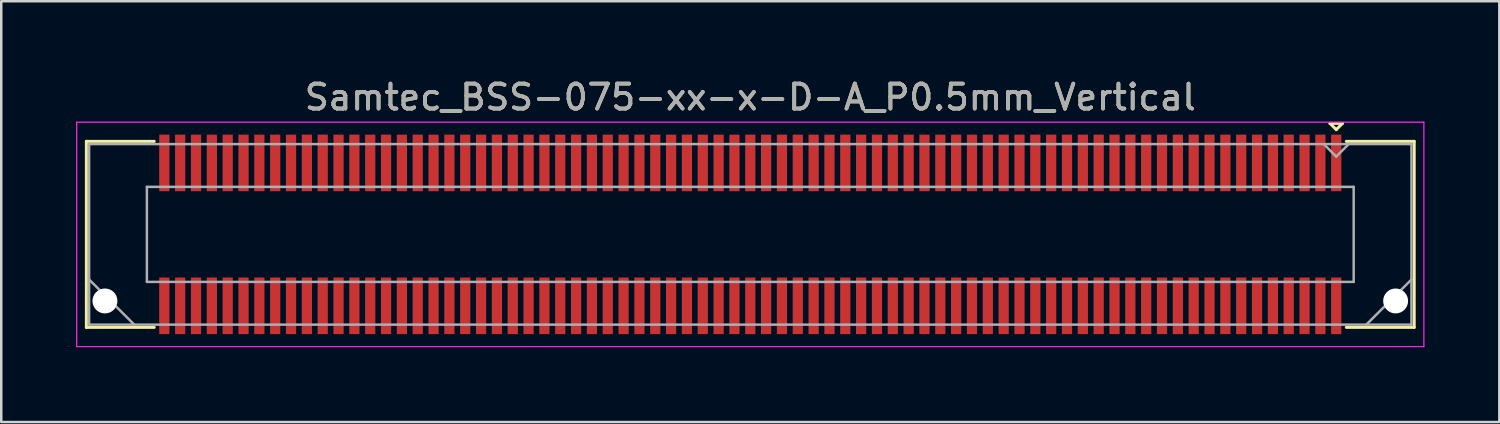
<source format=kicad_pcb>
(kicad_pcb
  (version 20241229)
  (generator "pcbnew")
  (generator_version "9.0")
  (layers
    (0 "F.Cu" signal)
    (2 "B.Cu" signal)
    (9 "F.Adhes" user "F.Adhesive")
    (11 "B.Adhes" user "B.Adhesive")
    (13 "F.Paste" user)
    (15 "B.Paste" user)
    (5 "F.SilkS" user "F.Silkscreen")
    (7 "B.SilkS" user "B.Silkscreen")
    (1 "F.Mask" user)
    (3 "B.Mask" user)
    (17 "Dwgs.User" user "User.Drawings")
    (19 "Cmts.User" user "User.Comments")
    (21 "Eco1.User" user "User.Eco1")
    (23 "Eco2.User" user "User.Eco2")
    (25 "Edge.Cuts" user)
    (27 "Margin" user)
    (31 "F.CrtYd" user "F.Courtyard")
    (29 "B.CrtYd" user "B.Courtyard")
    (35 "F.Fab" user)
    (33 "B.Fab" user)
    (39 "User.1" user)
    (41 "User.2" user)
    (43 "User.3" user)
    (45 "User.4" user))
  (footprint "Samtec_BSS-075-xx-x-D-A_P0.5mm_Vertical"
    (layer "F.Cu")
    (at 27.035 6.348)
    (property "Reference" "Samtec_BSS-075-xx-x-D-A_P0.5mm_Vertical" (at 0 -5.5 0) (layer "F.SilkS") (effects (font (size 1 1) (thickness 0.15))))
    (attr smd)
    (fp_line (start -26.622 -3.73) (end -23.9 -3.73) (stroke (width 0.12) (type solid)) (layer "F.SilkS"))
    (fp_line (start -26.622 3.73) (end -26.622 -3.73) (stroke (width 0.12) (type solid)) (layer "F.SilkS"))
    (fp_line (start -23.9 3.73) (end -26.622 3.73) (stroke (width 0.12) (type solid)) (layer "F.SilkS"))
    (fp_line (start 23.245 -4.45) (end 23.745 -4.45) (stroke (width 0.12) (type solid)) (layer "F.SilkS"))
    (fp_line (start 23.495 -4.2) (end 23.245 -4.45) (stroke (width 0.12) (type solid)) (layer "F.SilkS"))
    (fp_line (start 23.745 -4.45) (end 23.495 -4.2) (stroke (width 0.12) (type solid)) (layer "F.SilkS"))
    (fp_line (start 23.9 3.73) (end 26.622 3.73) (stroke (width 0.12) (type solid)) (layer "F.SilkS"))
    (fp_line (start 26.622 -3.73) (end 23.9 -3.73) (stroke (width 0.12) (type solid)) (layer "F.SilkS"))
    (fp_line (start 26.622 3.73) (end 26.622 -3.73) (stroke (width 0.12) (type solid)) (layer "F.SilkS"))
    (fp_line (start -27.01 -4.5) (end -27.01 4.5) (stroke (width 0.05) (type solid)) (layer "F.CrtYd"))
    (fp_line (start -27.01 4.5) (end 27.01 4.5) (stroke (width 0.05) (type solid)) (layer "F.CrtYd"))
    (fp_line (start 27.01 -4.5) (end -27.01 -4.5) (stroke (width 0.05) (type solid)) (layer "F.CrtYd"))
    (fp_line (start 27.01 4.5) (end 27.01 -4.5) (stroke (width 0.05) (type solid)) (layer "F.CrtYd"))
    (fp_line (start -26.512 -3.62) (end -26.512 3.62) (stroke (width 0.1) (type solid)) (layer "F.Fab"))
    (fp_line (start -26.512 1.81) (end -24.701 3.62) (stroke (width 0.1) (type solid)) (layer "F.Fab"))
    (fp_line (start -26.512 3.62) (end 26.512 3.62) (stroke (width 0.1) (type solid)) (layer "F.Fab"))
    (fp_line (start -24.195 -1.905) (end -24.195 1.905) (stroke (width 0.1) (type solid)) (layer "F.Fab"))
    (fp_line (start -24.195 1.905) (end 24.195 1.905) (stroke (width 0.1) (type solid)) (layer "F.Fab"))
    (fp_line (start 23.495 -3.12) (end 22.995 -3.62) (stroke (width 0.1) (type solid)) (layer "F.Fab"))
    (fp_line (start 23.995 -3.62) (end 23.495 -3.12) (stroke (width 0.1) (type solid)) (layer "F.Fab"))
    (fp_line (start 24.195 -1.905) (end -24.195 -1.905) (stroke (width 0.1) (type solid)) (layer "F.Fab"))
    (fp_line (start 24.195 1.905) (end 24.195 -1.905) (stroke (width 0.1) (type solid)) (layer "F.Fab"))
    (fp_line (start 26.512 -3.62) (end -26.512 -3.62) (stroke (width 0.1) (type solid)) (layer "F.Fab"))
    (fp_line (start 26.512 1.81) (end 24.701 3.62) (stroke (width 0.1) (type solid)) (layer "F.Fab"))
    (fp_line (start 26.512 3.62) (end 26.512 -3.62) (stroke (width 0.1) (type solid)) (layer "F.Fab"))
    (fp_text user "${REFERENCE}" (at 0 -5.5 0) (layer "F.Fab") (effects (font (size 1 1) (thickness 0.15))))
    (pad "" np_thru_hole circle (at -25.877 2.67) (size 1 1) (drill 1) (layers "*.Cu" "*.Mask"))
    (pad "" np_thru_hole circle (at 25.877 2.67) (size 1 1) (drill 1) (layers "*.Cu" "*.Mask"))
    (pad "1" smd rect (at 23.495 -2.865) (size 0.41 2.27) (layers "F.Cu" "F.Mask" "F.Paste"))
    (pad "2" smd rect (at 23.495 2.865) (size 0.41 2.27) (layers "F.Cu" "F.Mask" "F.Paste"))
    (pad "3" smd rect (at 22.86 -2.865) (size 0.41 2.27) (layers "F.Cu" "F.Mask" "F.Paste"))
    (pad "4" smd rect (at 22.86 2.865) (size 0.41 2.27) (layers "F.Cu" "F.Mask" "F.Paste"))
    (pad "5" smd rect (at 22.225 -2.865) (size 0.41 2.27) (layers "F.Cu" "F.Mask" "F.Paste"))
    (pad "6" smd rect (at 22.225 2.865) (size 0.41 2.27) (layers "F.Cu" "F.Mask" "F.Paste"))
    (pad "7" smd rect (at 21.59 -2.865) (size 0.41 2.27) (layers "F.Cu" "F.Mask" "F.Paste"))
    (pad "8" smd rect (at 21.59 2.865) (size 0.41 2.27) (layers "F.Cu" "F.Mask" "F.Paste"))
    (pad "9" smd rect (at 20.955 -2.865) (size 0.41 2.27) (layers "F.Cu" "F.Mask" "F.Paste"))
    (pad "10" smd rect (at 20.955 2.865) (size 0.41 2.27) (layers "F.Cu" "F.Mask" "F.Paste"))
    (pad "11" smd rect (at 20.32 -2.865) (size 0.41 2.27) (layers "F.Cu" "F.Mask" "F.Paste"))
    (pad "12" smd rect (at 20.32 2.865) (size 0.41 2.27) (layers "F.Cu" "F.Mask" "F.Paste"))
    (pad "13" smd rect (at 19.685 -2.865) (size 0.41 2.27) (layers "F.Cu" "F.Mask" "F.Paste"))
    (pad "14" smd rect (at 19.685 2.865) (size 0.41 2.27) (layers "F.Cu" "F.Mask" "F.Paste"))
    (pad "15" smd rect (at 19.05 -2.865) (size 0.41 2.27) (layers "F.Cu" "F.Mask" "F.Paste"))
    (pad "16" smd rect (at 19.05 2.865) (size 0.41 2.27) (layers "F.Cu" "F.Mask" "F.Paste"))
    (pad "17" smd rect (at 18.415 -2.865) (size 0.41 2.27) (layers "F.Cu" "F.Mask" "F.Paste"))
    (pad "18" smd rect (at 18.415 2.865) (size 0.41 2.27) (layers "F.Cu" "F.Mask" "F.Paste"))
    (pad "19" smd rect (at 17.78 -2.865) (size 0.41 2.27) (layers "F.Cu" "F.Mask" "F.Paste"))
    (pad "20" smd rect (at 17.78 2.865) (size 0.41 2.27) (layers "F.Cu" "F.Mask" "F.Paste"))
    (pad "21" smd rect (at 17.145 -2.865) (size 0.41 2.27) (layers "F.Cu" "F.Mask" "F.Paste"))
    (pad "22" smd rect (at 17.145 2.865) (size 0.41 2.27) (layers "F.Cu" "F.Mask" "F.Paste"))
    (pad "23" smd rect (at 16.51 -2.865) (size 0.41 2.27) (layers "F.Cu" "F.Mask" "F.Paste"))
    (pad "24" smd rect (at 16.51 2.865) (size 0.41 2.27) (layers "F.Cu" "F.Mask" "F.Paste"))
    (pad "25" smd rect (at 15.875 -2.865) (size 0.41 2.27) (layers "F.Cu" "F.Mask" "F.Paste"))
    (pad "26" smd rect (at 15.875 2.865) (size 0.41 2.27) (layers "F.Cu" "F.Mask" "F.Paste"))
    (pad "27" smd rect (at 15.24 -2.865) (size 0.41 2.27) (layers "F.Cu" "F.Mask" "F.Paste"))
    (pad "28" smd rect (at 15.24 2.865) (size 0.41 2.27) (layers "F.Cu" "F.Mask" "F.Paste"))
    (pad "29" smd rect (at 14.605 -2.865) (size 0.41 2.27) (layers "F.Cu" "F.Mask" "F.Paste"))
    (pad "30" smd rect (at 14.605 2.865) (size 0.41 2.27) (layers "F.Cu" "F.Mask" "F.Paste"))
    (pad "31" smd rect (at 13.97 -2.865) (size 0.41 2.27) (layers "F.Cu" "F.Mask" "F.Paste"))
    (pad "32" smd rect (at 13.97 2.865) (size 0.41 2.27) (layers "F.Cu" "F.Mask" "F.Paste"))
    (pad "33" smd rect (at 13.335 -2.865) (size 0.41 2.27) (layers "F.Cu" "F.Mask" "F.Paste"))
    (pad "34" smd rect (at 13.335 2.865) (size 0.41 2.27) (layers "F.Cu" "F.Mask" "F.Paste"))
    (pad "35" smd rect (at 12.7 -2.865) (size 0.41 2.27) (layers "F.Cu" "F.Mask" "F.Paste"))
    (pad "36" smd rect (at 12.7 2.865) (size 0.41 2.27) (layers "F.Cu" "F.Mask" "F.Paste"))
    (pad "37" smd rect (at 12.065 -2.865) (size 0.41 2.27) (layers "F.Cu" "F.Mask" "F.Paste"))
    (pad "38" smd rect (at 12.065 2.865) (size 0.41 2.27) (layers "F.Cu" "F.Mask" "F.Paste"))
    (pad "39" smd rect (at 11.43 -2.865) (size 0.41 2.27) (layers "F.Cu" "F.Mask" "F.Paste"))
    (pad "40" smd rect (at 11.43 2.865) (size 0.41 2.27) (layers "F.Cu" "F.Mask" "F.Paste"))
    (pad "41" smd rect (at 10.795 -2.865) (size 0.41 2.27) (layers "F.Cu" "F.Mask" "F.Paste"))
    (pad "42" smd rect (at 10.795 2.865) (size 0.41 2.27) (layers "F.Cu" "F.Mask" "F.Paste"))
    (pad "43" smd rect (at 10.16 -2.865) (size 0.41 2.27) (layers "F.Cu" "F.Mask" "F.Paste"))
    (pad "44" smd rect (at 10.16 2.865) (size 0.41 2.27) (layers "F.Cu" "F.Mask" "F.Paste"))
    (pad "45" smd rect (at 9.525 -2.865) (size 0.41 2.27) (layers "F.Cu" "F.Mask" "F.Paste"))
    (pad "46" smd rect (at 9.525 2.865) (size 0.41 2.27) (layers "F.Cu" "F.Mask" "F.Paste"))
    (pad "47" smd rect (at 8.89 -2.865) (size 0.41 2.27) (layers "F.Cu" "F.Mask" "F.Paste"))
    (pad "48" smd rect (at 8.89 2.865) (size 0.41 2.27) (layers "F.Cu" "F.Mask" "F.Paste"))
    (pad "49" smd rect (at 8.255 -2.865) (size 0.41 2.27) (layers "F.Cu" "F.Mask" "F.Paste"))
    (pad "50" smd rect (at 8.255 2.865) (size 0.41 2.27) (layers "F.Cu" "F.Mask" "F.Paste"))
    (pad "51" smd rect (at 7.62 -2.865) (size 0.41 2.27) (layers "F.Cu" "F.Mask" "F.Paste"))
    (pad "52" smd rect (at 7.62 2.865) (size 0.41 2.27) (layers "F.Cu" "F.Mask" "F.Paste"))
    (pad "53" smd rect (at 6.985 -2.865) (size 0.41 2.27) (layers "F.Cu" "F.Mask" "F.Paste"))
    (pad "54" smd rect (at 6.985 2.865) (size 0.41 2.27) (layers "F.Cu" "F.Mask" "F.Paste"))
    (pad "55" smd rect (at 6.35 -2.865) (size 0.41 2.27) (layers "F.Cu" "F.Mask" "F.Paste"))
    (pad "56" smd rect (at 6.35 2.865) (size 0.41 2.27) (layers "F.Cu" "F.Mask" "F.Paste"))
    (pad "57" smd rect (at 5.715 -2.865) (size 0.41 2.27) (layers "F.Cu" "F.Mask" "F.Paste"))
    (pad "58" smd rect (at 5.715 2.865) (size 0.41 2.27) (layers "F.Cu" "F.Mask" "F.Paste"))
    (pad "59" smd rect (at 5.08 -2.865) (size 0.41 2.27) (layers "F.Cu" "F.Mask" "F.Paste"))
    (pad "60" smd rect (at 5.08 2.865) (size 0.41 2.27) (layers "F.Cu" "F.Mask" "F.Paste"))
    (pad "61" smd rect (at 4.445 -2.865) (size 0.41 2.27) (layers "F.Cu" "F.Mask" "F.Paste"))
    (pad "62" smd rect (at 4.445 2.865) (size 0.41 2.27) (layers "F.Cu" "F.Mask" "F.Paste"))
    (pad "63" smd rect (at 3.81 -2.865) (size 0.41 2.27) (layers "F.Cu" "F.Mask" "F.Paste"))
    (pad "64" smd rect (at 3.81 2.865) (size 0.41 2.27) (layers "F.Cu" "F.Mask" "F.Paste"))
    (pad "65" smd rect (at 3.175 -2.865) (size 0.41 2.27) (layers "F.Cu" "F.Mask" "F.Paste"))
    (pad "66" smd rect (at 3.175 2.865) (size 0.41 2.27) (layers "F.Cu" "F.Mask" "F.Paste"))
    (pad "67" smd rect (at 2.54 -2.865) (size 0.41 2.27) (layers "F.Cu" "F.Mask" "F.Paste"))
    (pad "68" smd rect (at 2.54 2.865) (size 0.41 2.27) (layers "F.Cu" "F.Mask" "F.Paste"))
    (pad "69" smd rect (at 1.905 -2.865) (size 0.41 2.27) (layers "F.Cu" "F.Mask" "F.Paste"))
    (pad "70" smd rect (at 1.905 2.865) (size 0.41 2.27) (layers "F.Cu" "F.Mask" "F.Paste"))
    (pad "71" smd rect (at 1.27 -2.865) (size 0.41 2.27) (layers "F.Cu" "F.Mask" "F.Paste"))
    (pad "72" smd rect (at 1.27 2.865) (size 0.41 2.27) (layers "F.Cu" "F.Mask" "F.Paste"))
    (pad "73" smd rect (at 0.635 -2.865) (size 0.41 2.27) (layers "F.Cu" "F.Mask" "F.Paste"))
    (pad "74" smd rect (at 0.635 2.865) (size 0.41 2.27) (layers "F.Cu" "F.Mask" "F.Paste"))
    (pad "75" smd rect (at 0 -2.865) (size 0.41 2.27) (layers "F.Cu" "F.Mask" "F.Paste"))
    (pad "76" smd rect (at 0 2.865) (size 0.41 2.27) (layers "F.Cu" "F.Mask" "F.Paste"))
    (pad "77" smd rect (at -0.635 -2.865) (size 0.41 2.27) (layers "F.Cu" "F.Mask" "F.Paste"))
    (pad "78" smd rect (at -0.635 2.865) (size 0.41 2.27) (layers "F.Cu" "F.Mask" "F.Paste"))
    (pad "79" smd rect (at -1.27 -2.865) (size 0.41 2.27) (layers "F.Cu" "F.Mask" "F.Paste"))
    (pad "80" smd rect (at -1.27 2.865) (size 0.41 2.27) (layers "F.Cu" "F.Mask" "F.Paste"))
    (pad "81" smd rect (at -1.905 -2.865) (size 0.41 2.27) (layers "F.Cu" "F.Mask" "F.Paste"))
    (pad "82" smd rect (at -1.905 2.865) (size 0.41 2.27) (layers "F.Cu" "F.Mask" "F.Paste"))
    (pad "83" smd rect (at -2.54 -2.865) (size 0.41 2.27) (layers "F.Cu" "F.Mask" "F.Paste"))
    (pad "84" smd rect (at -2.54 2.865) (size 0.41 2.27) (layers "F.Cu" "F.Mask" "F.Paste"))
    (pad "85" smd rect (at -3.175 -2.865) (size 0.41 2.27) (layers "F.Cu" "F.Mask" "F.Paste"))
    (pad "86" smd rect (at -3.175 2.865) (size 0.41 2.27) (layers "F.Cu" "F.Mask" "F.Paste"))
    (pad "87" smd rect (at -3.81 -2.865) (size 0.41 2.27) (layers "F.Cu" "F.Mask" "F.Paste"))
    (pad "88" smd rect (at -3.81 2.865) (size 0.41 2.27) (layers "F.Cu" "F.Mask" "F.Paste"))
    (pad "89" smd rect (at -4.445 -2.865) (size 0.41 2.27) (layers "F.Cu" "F.Mask" "F.Paste"))
    (pad "90" smd rect (at -4.445 2.865) (size 0.41 2.27) (layers "F.Cu" "F.Mask" "F.Paste"))
    (pad "91" smd rect (at -5.08 -2.865) (size 0.41 2.27) (layers "F.Cu" "F.Mask" "F.Paste"))
    (pad "92" smd rect (at -5.08 2.865) (size 0.41 2.27) (layers "F.Cu" "F.Mask" "F.Paste"))
    (pad "93" smd rect (at -5.715 -2.865) (size 0.41 2.27) (layers "F.Cu" "F.Mask" "F.Paste"))
    (pad "94" smd rect (at -5.715 2.865) (size 0.41 2.27) (layers "F.Cu" "F.Mask" "F.Paste"))
    (pad "95" smd rect (at -6.35 -2.865) (size 0.41 2.27) (layers "F.Cu" "F.Mask" "F.Paste"))
    (pad "96" smd rect (at -6.35 2.865) (size 0.41 2.27) (layers "F.Cu" "F.Mask" "F.Paste"))
    (pad "97" smd rect (at -6.985 -2.865) (size 0.41 2.27) (layers "F.Cu" "F.Mask" "F.Paste"))
    (pad "98" smd rect (at -6.985 2.865) (size 0.41 2.27) (layers "F.Cu" "F.Mask" "F.Paste"))
    (pad "99" smd rect (at -7.62 -2.865) (size 0.41 2.27) (layers "F.Cu" "F.Mask" "F.Paste"))
    (pad "100" smd rect (at -7.62 2.865) (size 0.41 2.27) (layers "F.Cu" "F.Mask" "F.Paste"))
    (pad "101" smd rect (at -8.255 -2.865) (size 0.41 2.27) (layers "F.Cu" "F.Mask" "F.Paste"))
    (pad "102" smd rect (at -8.255 2.865) (size 0.41 2.27) (layers "F.Cu" "F.Mask" "F.Paste"))
    (pad "103" smd rect (at -8.89 -2.865) (size 0.41 2.27) (layers "F.Cu" "F.Mask" "F.Paste"))
    (pad "104" smd rect (at -8.89 2.865) (size 0.41 2.27) (layers "F.Cu" "F.Mask" "F.Paste"))
    (pad "105" smd rect (at -9.525 -2.865) (size 0.41 2.27) (layers "F.Cu" "F.Mask" "F.Paste"))
    (pad "106" smd rect (at -9.525 2.865) (size 0.41 2.27) (layers "F.Cu" "F.Mask" "F.Paste"))
    (pad "107" smd rect (at -10.16 -2.865) (size 0.41 2.27) (layers "F.Cu" "F.Mask" "F.Paste"))
    (pad "108" smd rect (at -10.16 2.865) (size 0.41 2.27) (layers "F.Cu" "F.Mask" "F.Paste"))
    (pad "109" smd rect (at -10.795 -2.865) (size 0.41 2.27) (layers "F.Cu" "F.Mask" "F.Paste"))
    (pad "110" smd rect (at -10.795 2.865) (size 0.41 2.27) (layers "F.Cu" "F.Mask" "F.Paste"))
    (pad "111" smd rect (at -11.43 -2.865) (size 0.41 2.27) (layers "F.Cu" "F.Mask" "F.Paste"))
    (pad "112" smd rect (at -11.43 2.865) (size 0.41 2.27) (layers "F.Cu" "F.Mask" "F.Paste"))
    (pad "113" smd rect (at -12.065 -2.865) (size 0.41 2.27) (layers "F.Cu" "F.Mask" "F.Paste"))
    (pad "114" smd rect (at -12.065 2.865) (size 0.41 2.27) (layers "F.Cu" "F.Mask" "F.Paste"))
    (pad "115" smd rect (at -12.7 -2.865) (size 0.41 2.27) (layers "F.Cu" "F.Mask" "F.Paste"))
    (pad "116" smd rect (at -12.7 2.865) (size 0.41 2.27) (layers "F.Cu" "F.Mask" "F.Paste"))
    (pad "117" smd rect (at -13.335 -2.865) (size 0.41 2.27) (layers "F.Cu" "F.Mask" "F.Paste"))
    (pad "118" smd rect (at -13.335 2.865) (size 0.41 2.27) (layers "F.Cu" "F.Mask" "F.Paste"))
    (pad "119" smd rect (at -13.97 -2.865) (size 0.41 2.27) (layers "F.Cu" "F.Mask" "F.Paste"))
    (pad "120" smd rect (at -13.97 2.865) (size 0.41 2.27) (layers "F.Cu" "F.Mask" "F.Paste"))
    (pad "121" smd rect (at -14.605 -2.865) (size 0.41 2.27) (layers "F.Cu" "F.Mask" "F.Paste"))
    (pad "122" smd rect (at -14.605 2.865) (size 0.41 2.27) (layers "F.Cu" "F.Mask" "F.Paste"))
    (pad "123" smd rect (at -15.24 -2.865) (size 0.41 2.27) (layers "F.Cu" "F.Mask" "F.Paste"))
    (pad "124" smd rect (at -15.24 2.865) (size 0.41 2.27) (layers "F.Cu" "F.Mask" "F.Paste"))
    (pad "125" smd rect (at -15.875 -2.865) (size 0.41 2.27) (layers "F.Cu" "F.Mask" "F.Paste"))
    (pad "126" smd rect (at -15.875 2.865) (size 0.41 2.27) (layers "F.Cu" "F.Mask" "F.Paste"))
    (pad "127" smd rect (at -16.51 -2.865) (size 0.41 2.27) (layers "F.Cu" "F.Mask" "F.Paste"))
    (pad "128" smd rect (at -16.51 2.865) (size 0.41 2.27) (layers "F.Cu" "F.Mask" "F.Paste"))
    (pad "129" smd rect (at -17.145 -2.865) (size 0.41 2.27) (layers "F.Cu" "F.Mask" "F.Paste"))
    (pad "130" smd rect (at -17.145 2.865) (size 0.41 2.27) (layers "F.Cu" "F.Mask" "F.Paste"))
    (pad "131" smd rect (at -17.78 -2.865) (size 0.41 2.27) (layers "F.Cu" "F.Mask" "F.Paste"))
    (pad "132" smd rect (at -17.78 2.865) (size 0.41 2.27) (layers "F.Cu" "F.Mask" "F.Paste"))
    (pad "133" smd rect (at -18.415 -2.865) (size 0.41 2.27) (layers "F.Cu" "F.Mask" "F.Paste"))
    (pad "134" smd rect (at -18.415 2.865) (size 0.41 2.27) (layers "F.Cu" "F.Mask" "F.Paste"))
    (pad "135" smd rect (at -19.05 -2.865) (size 0.41 2.27) (layers "F.Cu" "F.Mask" "F.Paste"))
    (pad "136" smd rect (at -19.05 2.865) (size 0.41 2.27) (layers "F.Cu" "F.Mask" "F.Paste"))
    (pad "137" smd rect (at -19.685 -2.865) (size 0.41 2.27) (layers "F.Cu" "F.Mask" "F.Paste"))
    (pad "138" smd rect (at -19.685 2.865) (size 0.41 2.27) (layers "F.Cu" "F.Mask" "F.Paste"))
    (pad "139" smd rect (at -20.32 -2.865) (size 0.41 2.27) (layers "F.Cu" "F.Mask" "F.Paste"))
    (pad "140" smd rect (at -20.32 2.865) (size 0.41 2.27) (layers "F.Cu" "F.Mask" "F.Paste"))
    (pad "141" smd rect (at -20.955 -2.865) (size 0.41 2.27) (layers "F.Cu" "F.Mask" "F.Paste"))
    (pad "142" smd rect (at -20.955 2.865) (size 0.41 2.27) (layers "F.Cu" "F.Mask" "F.Paste"))
    (pad "143" smd rect (at -21.59 -2.865) (size 0.41 2.27) (layers "F.Cu" "F.Mask" "F.Paste"))
    (pad "144" smd rect (at -21.59 2.865) (size 0.41 2.27) (layers "F.Cu" "F.Mask" "F.Paste"))
    (pad "145" smd rect (at -22.225 -2.865) (size 0.41 2.27) (layers "F.Cu" "F.Mask" "F.Paste"))
    (pad "146" smd rect (at -22.225 2.865) (size 0.41 2.27) (layers "F.Cu" "F.Mask" "F.Paste"))
    (pad "147" smd rect (at -22.86 -2.865) (size 0.41 2.27) (layers "F.Cu" "F.Mask" "F.Paste"))
    (pad "148" smd rect (at -22.86 2.865) (size 0.41 2.27) (layers "F.Cu" "F.Mask" "F.Paste"))
    (pad "149" smd rect (at -23.495 -2.865) (size 0.41 2.27) (layers "F.Cu" "F.Mask" "F.Paste"))
    (pad "150" smd rect (at -23.495 2.865) (size 0.41 2.27) (layers "F.Cu" "F.Mask" "F.Paste")))
  (gr_rect
    (start -3 -3)
    (end 57.07 13.873)
    (stroke (width 0.1) (type default))
    (fill no)
    (layer "Edge.Cuts")))
</source>
